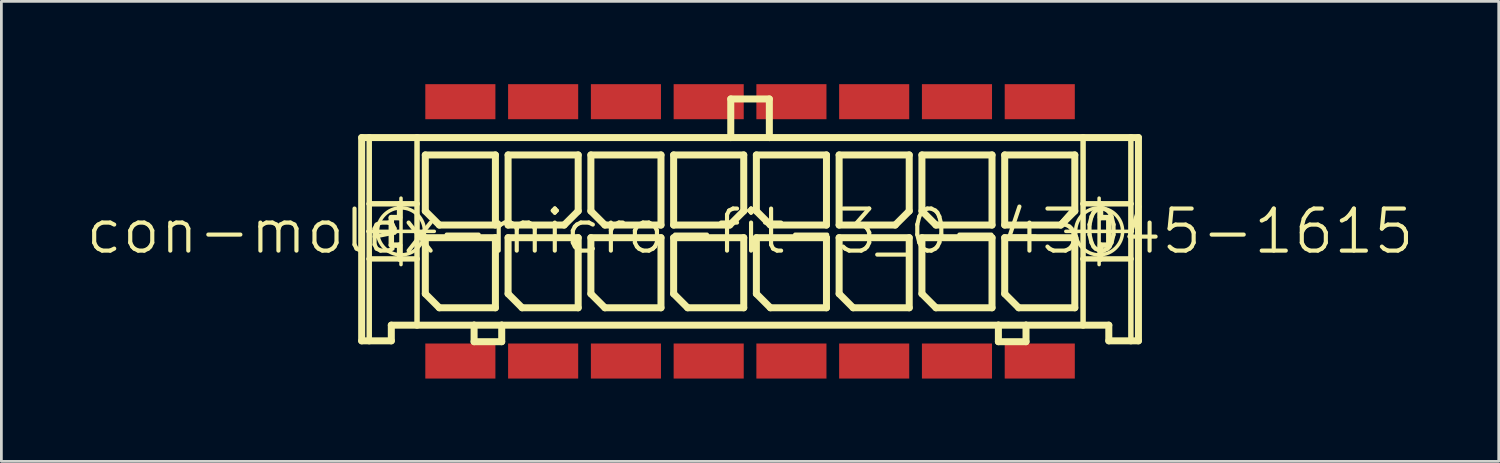
<source format=kicad_pcb>
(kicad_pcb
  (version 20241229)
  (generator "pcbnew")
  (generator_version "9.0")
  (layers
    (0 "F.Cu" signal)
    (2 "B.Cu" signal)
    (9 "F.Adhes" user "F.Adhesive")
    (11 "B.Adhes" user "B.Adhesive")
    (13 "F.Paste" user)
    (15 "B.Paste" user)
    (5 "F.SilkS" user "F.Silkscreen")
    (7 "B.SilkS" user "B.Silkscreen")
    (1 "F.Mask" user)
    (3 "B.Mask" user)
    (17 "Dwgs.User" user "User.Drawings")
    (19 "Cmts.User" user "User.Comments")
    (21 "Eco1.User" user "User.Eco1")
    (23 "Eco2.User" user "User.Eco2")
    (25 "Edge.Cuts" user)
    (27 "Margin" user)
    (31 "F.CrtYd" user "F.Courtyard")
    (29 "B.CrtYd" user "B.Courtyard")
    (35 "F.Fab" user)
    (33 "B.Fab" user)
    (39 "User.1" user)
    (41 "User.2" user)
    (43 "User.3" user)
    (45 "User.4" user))
  (footprint "con-molex-micro-fit-3_0-43045-1615"
    (layer "F.Cu")
    (at 24.13 5.334)
    (property "Reference" "con-molex-micro-fit-3_0-43045-1615" (at 0 0 0) (layer "F.SilkS") (effects (font (size 1.524 1.524) (thickness 0.15))))
    (attr smd)
    (fp_line (start -14.074 -3.399) (end -13.8 -3.399) (stroke (width 0.254) (type solid)) (layer "F.SilkS"))
    (fp_line (start -14.074 3.967) (end -14.074 -3.399) (stroke (width 0.254) (type solid)) (layer "F.SilkS"))
    (fp_line (start -13.853 0) (end -11.443 0) (stroke (width 0.127) (type solid)) (layer "F.SilkS"))
    (fp_line (start -13.8 -3.399) (end -12.068 -3.399) (stroke (width 0.254) (type solid)) (layer "F.SilkS"))
    (fp_line (start -13.8 -0.998) (end -13.8 -3.399) (stroke (width 0.198) (type solid)) (layer "F.SilkS"))
    (fp_line (start -13.8 0.998) (end -13.8 -0.998) (stroke (width 0.198) (type solid)) (layer "F.SilkS"))
    (fp_line (start -13.8 3.967) (end -14.074 3.967) (stroke (width 0.254) (type solid)) (layer "F.SilkS"))
    (fp_line (start -13.8 3.967) (end -13.8 0.998) (stroke (width 0.198) (type solid)) (layer "F.SilkS"))
    (fp_line (start -13 -0.498) (end -13 0.498) (stroke (width 0.198) (type solid)) (layer "F.SilkS"))
    (fp_line (start -13 0.498) (end -12.7 0.498) (stroke (width 0.198) (type solid)) (layer "F.SilkS"))
    (fp_line (start -13 3.399) (end -13 3.967) (stroke (width 0.254) (type solid)) (layer "F.SilkS"))
    (fp_line (start -13 3.967) (end -13.8 3.967) (stroke (width 0.254) (type solid)) (layer "F.SilkS"))
    (fp_line (start -12.7 -0.998) (end -13.8 -0.998) (stroke (width 0.198) (type solid)) (layer "F.SilkS"))
    (fp_line (start -12.7 -0.998) (end -12.7 -0.498) (stroke (width 0.198) (type solid)) (layer "F.SilkS"))
    (fp_line (start -12.7 -0.498) (end -13 -0.498) (stroke (width 0.198) (type solid)) (layer "F.SilkS"))
    (fp_line (start -12.7 0.498) (end -12.7 0.998) (stroke (width 0.198) (type solid)) (layer "F.SilkS"))
    (fp_line (start -12.7 0.998) (end -13.8 0.998) (stroke (width 0.198) (type solid)) (layer "F.SilkS"))
    (fp_line (start -12.649 1.204) (end -12.649 -1.204) (stroke (width 0.127) (type solid)) (layer "F.SilkS"))
    (fp_line (start -12.068 -3.399) (end -0.699 -3.399) (stroke (width 0.254) (type solid)) (layer "F.SilkS"))
    (fp_line (start -12.068 -0.998) (end -12.7 -0.998) (stroke (width 0.198) (type solid)) (layer "F.SilkS"))
    (fp_line (start -12.068 -0.998) (end -12.068 -3.399) (stroke (width 0.198) (type solid)) (layer "F.SilkS"))
    (fp_line (start -12.068 0.998) (end -12.7 0.998) (stroke (width 0.198) (type solid)) (layer "F.SilkS"))
    (fp_line (start -12.068 0.998) (end -12.068 -0.998) (stroke (width 0.198) (type solid)) (layer "F.SilkS"))
    (fp_line (start -12.068 3.399) (end -13 3.399) (stroke (width 0.254) (type solid)) (layer "F.SilkS"))
    (fp_line (start -12.068 3.399) (end -12.068 0.998) (stroke (width 0.198) (type solid)) (layer "F.SilkS"))
    (fp_line (start -11.768 -2.769) (end -9.228 -2.769) (stroke (width 0.254) (type solid)) (layer "F.SilkS"))
    (fp_line (start -11.768 -0.737) (end -11.768 -2.769) (stroke (width 0.254) (type solid)) (layer "F.SilkS"))
    (fp_line (start -11.768 0.229) (end -9.228 0.229) (stroke (width 0.254) (type solid)) (layer "F.SilkS"))
    (fp_line (start -11.768 2.261) (end -11.768 0.229) (stroke (width 0.254) (type solid)) (layer "F.SilkS"))
    (fp_line (start -11.26 -0.229) (end -11.768 -0.737) (stroke (width 0.254) (type solid)) (layer "F.SilkS"))
    (fp_line (start -11.26 2.769) (end -11.768 2.261) (stroke (width 0.254) (type solid)) (layer "F.SilkS"))
    (fp_line (start -10 3.399) (end -12.068 3.399) (stroke (width 0.254) (type solid)) (layer "F.SilkS"))
    (fp_line (start -10 3.399) (end -10 3.998) (stroke (width 0.254) (type solid)) (layer "F.SilkS"))
    (fp_line (start -10 3.998) (end -8.999 3.998) (stroke (width 0.254) (type solid)) (layer "F.SilkS"))
    (fp_line (start -9.228 -2.769) (end -9.228 -0.229) (stroke (width 0.254) (type solid)) (layer "F.SilkS"))
    (fp_line (start -9.228 -0.229) (end -11.26 -0.229) (stroke (width 0.254) (type solid)) (layer "F.SilkS"))
    (fp_line (start -9.228 0.229) (end -9.228 2.769) (stroke (width 0.254) (type solid)) (layer "F.SilkS"))
    (fp_line (start -9.228 2.769) (end -11.26 2.769) (stroke (width 0.254) (type solid)) (layer "F.SilkS"))
    (fp_line (start -8.999 3.399) (end -10 3.399) (stroke (width 0.254) (type solid)) (layer "F.SilkS"))
    (fp_line (start -8.999 3.998) (end -8.999 3.399) (stroke (width 0.254) (type solid)) (layer "F.SilkS"))
    (fp_line (start -8.768 -2.769) (end -8.768 -0.229) (stroke (width 0.254) (type solid)) (layer "F.SilkS"))
    (fp_line (start -8.768 -0.229) (end -6.736 -0.229) (stroke (width 0.254) (type solid)) (layer "F.SilkS"))
    (fp_line (start -8.768 0.229) (end -6.228 0.229) (stroke (width 0.254) (type solid)) (layer "F.SilkS"))
    (fp_line (start -8.768 2.261) (end -8.768 0.229) (stroke (width 0.254) (type solid)) (layer "F.SilkS"))
    (fp_line (start -8.26 2.769) (end -8.768 2.261) (stroke (width 0.254) (type solid)) (layer "F.SilkS"))
    (fp_line (start -6.736 -0.229) (end -6.228 -0.737) (stroke (width 0.254) (type solid)) (layer "F.SilkS"))
    (fp_line (start -6.228 -2.769) (end -8.768 -2.769) (stroke (width 0.254) (type solid)) (layer "F.SilkS"))
    (fp_line (start -6.228 -0.737) (end -6.228 -2.769) (stroke (width 0.254) (type solid)) (layer "F.SilkS"))
    (fp_line (start -6.228 0.229) (end -6.228 2.769) (stroke (width 0.254) (type solid)) (layer "F.SilkS"))
    (fp_line (start -6.228 2.769) (end -8.26 2.769) (stroke (width 0.254) (type solid)) (layer "F.SilkS"))
    (fp_line (start -5.768 -2.769) (end -3.228 -2.769) (stroke (width 0.254) (type solid)) (layer "F.SilkS"))
    (fp_line (start -5.768 -0.737) (end -5.768 -2.769) (stroke (width 0.254) (type solid)) (layer "F.SilkS"))
    (fp_line (start -5.768 0.229) (end -3.228 0.229) (stroke (width 0.254) (type solid)) (layer "F.SilkS"))
    (fp_line (start -5.768 2.261) (end -5.768 0.229) (stroke (width 0.254) (type solid)) (layer "F.SilkS"))
    (fp_line (start -5.26 -0.229) (end -5.768 -0.737) (stroke (width 0.254) (type solid)) (layer "F.SilkS"))
    (fp_line (start -5.26 2.769) (end -5.768 2.261) (stroke (width 0.254) (type solid)) (layer "F.SilkS"))
    (fp_line (start -3.228 -2.769) (end -3.228 -0.229) (stroke (width 0.254) (type solid)) (layer "F.SilkS"))
    (fp_line (start -3.228 -0.229) (end -5.26 -0.229) (stroke (width 0.254) (type solid)) (layer "F.SilkS"))
    (fp_line (start -3.228 0.229) (end -3.228 2.769) (stroke (width 0.254) (type solid)) (layer "F.SilkS"))
    (fp_line (start -3.228 2.769) (end -5.26 2.769) (stroke (width 0.254) (type solid)) (layer "F.SilkS"))
    (fp_line (start -2.769 -2.769) (end -2.769 -0.229) (stroke (width 0.254) (type solid)) (layer "F.SilkS"))
    (fp_line (start -2.769 -0.229) (end -0.737 -0.229) (stroke (width 0.254) (type solid)) (layer "F.SilkS"))
    (fp_line (start -2.769 0.229) (end -0.229 0.229) (stroke (width 0.254) (type solid)) (layer "F.SilkS"))
    (fp_line (start -2.769 2.261) (end -2.769 0.229) (stroke (width 0.254) (type solid)) (layer "F.SilkS"))
    (fp_line (start -2.261 2.769) (end -2.769 2.261) (stroke (width 0.254) (type solid)) (layer "F.SilkS"))
    (fp_line (start -0.737 -0.229) (end -0.229 -0.737) (stroke (width 0.254) (type solid)) (layer "F.SilkS"))
    (fp_line (start -0.699 -4.798) (end -0.699 -3.399) (stroke (width 0.254) (type solid)) (layer "F.SilkS"))
    (fp_line (start -0.699 -4.798) (end 0.699 -4.798) (stroke (width 0.254) (type solid)) (layer "F.SilkS"))
    (fp_line (start -0.699 -3.399) (end 0.699 -3.399) (stroke (width 0.254) (type solid)) (layer "F.SilkS"))
    (fp_line (start -0.229 -2.769) (end -2.769 -2.769) (stroke (width 0.254) (type solid)) (layer "F.SilkS"))
    (fp_line (start -0.229 -0.737) (end -0.229 -2.769) (stroke (width 0.254) (type solid)) (layer "F.SilkS"))
    (fp_line (start -0.229 0.229) (end -0.229 2.769) (stroke (width 0.254) (type solid)) (layer "F.SilkS"))
    (fp_line (start -0.229 2.769) (end -2.261 2.769) (stroke (width 0.254) (type solid)) (layer "F.SilkS"))
    (fp_line (start 0.229 -2.769) (end 2.769 -2.769) (stroke (width 0.254) (type solid)) (layer "F.SilkS"))
    (fp_line (start 0.229 -0.737) (end 0.229 -2.769) (stroke (width 0.254) (type solid)) (layer "F.SilkS"))
    (fp_line (start 0.229 0.229) (end 2.769 0.229) (stroke (width 0.254) (type solid)) (layer "F.SilkS"))
    (fp_line (start 0.229 2.261) (end 0.229 0.229) (stroke (width 0.254) (type solid)) (layer "F.SilkS"))
    (fp_line (start 0.699 -4.798) (end 0.699 -3.399) (stroke (width 0.254) (type solid)) (layer "F.SilkS"))
    (fp_line (start 0.699 -3.399) (end 12.068 -3.399) (stroke (width 0.254) (type solid)) (layer "F.SilkS"))
    (fp_line (start 0.737 -0.229) (end 0.229 -0.737) (stroke (width 0.254) (type solid)) (layer "F.SilkS"))
    (fp_line (start 0.737 2.769) (end 0.229 2.261) (stroke (width 0.254) (type solid)) (layer "F.SilkS"))
    (fp_line (start 2.769 -2.769) (end 2.769 -0.229) (stroke (width 0.254) (type solid)) (layer "F.SilkS"))
    (fp_line (start 2.769 -0.229) (end 0.737 -0.229) (stroke (width 0.254) (type solid)) (layer "F.SilkS"))
    (fp_line (start 2.769 0.229) (end 2.769 2.769) (stroke (width 0.254) (type solid)) (layer "F.SilkS"))
    (fp_line (start 2.769 2.769) (end 0.737 2.769) (stroke (width 0.254) (type solid)) (layer "F.SilkS"))
    (fp_line (start 3.228 -2.769) (end 3.228 -0.229) (stroke (width 0.254) (type solid)) (layer "F.SilkS"))
    (fp_line (start 3.228 -0.229) (end 5.26 -0.229) (stroke (width 0.254) (type solid)) (layer "F.SilkS"))
    (fp_line (start 3.228 0.229) (end 5.768 0.229) (stroke (width 0.254) (type solid)) (layer "F.SilkS"))
    (fp_line (start 3.228 2.261) (end 3.228 0.229) (stroke (width 0.254) (type solid)) (layer "F.SilkS"))
    (fp_line (start 3.736 2.769) (end 3.228 2.261) (stroke (width 0.254) (type solid)) (layer "F.SilkS"))
    (fp_line (start 5.26 -0.229) (end 5.768 -0.737) (stroke (width 0.254) (type solid)) (layer "F.SilkS"))
    (fp_line (start 5.768 -2.769) (end 3.228 -2.769) (stroke (width 0.254) (type solid)) (layer "F.SilkS"))
    (fp_line (start 5.768 -0.737) (end 5.768 -2.769) (stroke (width 0.254) (type solid)) (layer "F.SilkS"))
    (fp_line (start 5.768 0.229) (end 5.768 2.769) (stroke (width 0.254) (type solid)) (layer "F.SilkS"))
    (fp_line (start 5.768 2.769) (end 3.736 2.769) (stroke (width 0.254) (type solid)) (layer "F.SilkS"))
    (fp_line (start 6.228 -2.769) (end 8.768 -2.769) (stroke (width 0.254) (type solid)) (layer "F.SilkS"))
    (fp_line (start 6.228 -0.737) (end 6.228 -2.769) (stroke (width 0.254) (type solid)) (layer "F.SilkS"))
    (fp_line (start 6.228 0.229) (end 8.768 0.229) (stroke (width 0.254) (type solid)) (layer "F.SilkS"))
    (fp_line (start 6.228 2.261) (end 6.228 0.229) (stroke (width 0.254) (type solid)) (layer "F.SilkS"))
    (fp_line (start 6.736 -0.229) (end 6.228 -0.737) (stroke (width 0.254) (type solid)) (layer "F.SilkS"))
    (fp_line (start 6.736 2.769) (end 6.228 2.261) (stroke (width 0.254) (type solid)) (layer "F.SilkS"))
    (fp_line (start 8.768 -2.769) (end 8.768 -0.229) (stroke (width 0.254) (type solid)) (layer "F.SilkS"))
    (fp_line (start 8.768 -0.229) (end 6.736 -0.229) (stroke (width 0.254) (type solid)) (layer "F.SilkS"))
    (fp_line (start 8.768 0.229) (end 8.768 2.769) (stroke (width 0.254) (type solid)) (layer "F.SilkS"))
    (fp_line (start 8.768 2.769) (end 6.736 2.769) (stroke (width 0.254) (type solid)) (layer "F.SilkS"))
    (fp_line (start 8.999 3.399) (end -8.999 3.399) (stroke (width 0.254) (type solid)) (layer "F.SilkS"))
    (fp_line (start 8.999 3.399) (end 8.999 3.998) (stroke (width 0.254) (type solid)) (layer "F.SilkS"))
    (fp_line (start 8.999 3.998) (end 10 3.998) (stroke (width 0.254) (type solid)) (layer "F.SilkS"))
    (fp_line (start 9.228 -2.769) (end 9.228 -0.229) (stroke (width 0.254) (type solid)) (layer "F.SilkS"))
    (fp_line (start 9.228 -0.229) (end 11.26 -0.229) (stroke (width 0.254) (type solid)) (layer "F.SilkS"))
    (fp_line (start 9.228 0.229) (end 11.768 0.229) (stroke (width 0.254) (type solid)) (layer "F.SilkS"))
    (fp_line (start 9.228 2.261) (end 9.228 0.229) (stroke (width 0.254) (type solid)) (layer "F.SilkS"))
    (fp_line (start 9.736 2.769) (end 9.228 2.261) (stroke (width 0.254) (type solid)) (layer "F.SilkS"))
    (fp_line (start 10 3.399) (end 8.999 3.399) (stroke (width 0.254) (type solid)) (layer "F.SilkS"))
    (fp_line (start 10 3.998) (end 10 3.399) (stroke (width 0.254) (type solid)) (layer "F.SilkS"))
    (fp_line (start 11.26 -0.229) (end 11.768 -0.737) (stroke (width 0.254) (type solid)) (layer "F.SilkS"))
    (fp_line (start 11.443 0) (end 13.853 0) (stroke (width 0.127) (type solid)) (layer "F.SilkS"))
    (fp_line (start 11.768 -2.769) (end 9.228 -2.769) (stroke (width 0.254) (type solid)) (layer "F.SilkS"))
    (fp_line (start 11.768 -0.737) (end 11.768 -2.769) (stroke (width 0.254) (type solid)) (layer "F.SilkS"))
    (fp_line (start 11.768 0.229) (end 11.768 2.769) (stroke (width 0.254) (type solid)) (layer "F.SilkS"))
    (fp_line (start 11.768 2.769) (end 9.736 2.769) (stroke (width 0.254) (type solid)) (layer "F.SilkS"))
    (fp_line (start 12.068 -3.399) (end 12.068 -0.998) (stroke (width 0.198) (type solid)) (layer "F.SilkS"))
    (fp_line (start 12.068 -3.399) (end 13.8 -3.399) (stroke (width 0.254) (type solid)) (layer "F.SilkS"))
    (fp_line (start 12.068 -0.998) (end 12.068 0.998) (stroke (width 0.198) (type solid)) (layer "F.SilkS"))
    (fp_line (start 12.068 -0.998) (end 12.7 -0.998) (stroke (width 0.198) (type solid)) (layer "F.SilkS"))
    (fp_line (start 12.068 0.998) (end 12.068 3.399) (stroke (width 0.198) (type solid)) (layer "F.SilkS"))
    (fp_line (start 12.068 0.998) (end 12.7 0.998) (stroke (width 0.198) (type solid)) (layer "F.SilkS"))
    (fp_line (start 12.068 3.399) (end 10 3.399) (stroke (width 0.254) (type solid)) (layer "F.SilkS"))
    (fp_line (start 12.649 1.204) (end 12.649 -1.204) (stroke (width 0.127) (type solid)) (layer "F.SilkS"))
    (fp_line (start 12.7 -0.998) (end 12.7 -0.498) (stroke (width 0.198) (type solid)) (layer "F.SilkS"))
    (fp_line (start 12.7 -0.998) (end 13.8 -0.998) (stroke (width 0.198) (type solid)) (layer "F.SilkS"))
    (fp_line (start 12.7 -0.498) (end 13 -0.498) (stroke (width 0.198) (type solid)) (layer "F.SilkS"))
    (fp_line (start 12.7 0.498) (end 12.7 0.998) (stroke (width 0.198) (type solid)) (layer "F.SilkS"))
    (fp_line (start 12.7 0.998) (end 13.8 0.998) (stroke (width 0.198) (type solid)) (layer "F.SilkS"))
    (fp_line (start 13 -0.498) (end 13 0.498) (stroke (width 0.198) (type solid)) (layer "F.SilkS"))
    (fp_line (start 13 0.498) (end 12.7 0.498) (stroke (width 0.198) (type solid)) (layer "F.SilkS"))
    (fp_line (start 13 3.399) (end 12.068 3.399) (stroke (width 0.254) (type solid)) (layer "F.SilkS"))
    (fp_line (start 13 3.967) (end 13 3.399) (stroke (width 0.254) (type solid)) (layer "F.SilkS"))
    (fp_line (start 13 3.967) (end 13.8 3.967) (stroke (width 0.254) (type solid)) (layer "F.SilkS"))
    (fp_line (start 13.8 -3.399) (end 14.074 -3.399) (stroke (width 0.254) (type solid)) (layer "F.SilkS"))
    (fp_line (start 13.8 -0.998) (end 13.8 -3.399) (stroke (width 0.198) (type solid)) (layer "F.SilkS"))
    (fp_line (start 13.8 0.998) (end 13.8 -0.998) (stroke (width 0.198) (type solid)) (layer "F.SilkS"))
    (fp_line (start 13.8 3.967) (end 13.8 0.998) (stroke (width 0.198) (type solid)) (layer "F.SilkS"))
    (fp_line (start 13.8 3.967) (end 14.074 3.967) (stroke (width 0.254) (type solid)) (layer "F.SilkS"))
    (fp_line (start 14.074 -3.399) (end 14.074 3.967) (stroke (width 0.254) (type solid)) (layer "F.SilkS"))
    (fp_circle (center -12.649 0) (end -13.251 0.602) (stroke (width 0.127) (type solid)) (fill no) (layer "F.SilkS"))
    (fp_circle (center 12.649 0) (end 13.251 0.602) (stroke (width 0.127) (type solid)) (fill no) (layer "F.SilkS"))
    (pad "P$1" smd rect (at 10.498 4.699) (size 2.54 1.27) (layers "F.Cu" "F.Mask" "F.Paste"))
    (pad "P$2" smd rect (at 7.498 4.699) (size 2.54 1.27) (layers "F.Cu" "F.Mask" "F.Paste"))
    (pad "P$3" smd rect (at 4.498 4.699) (size 2.54 1.27) (layers "F.Cu" "F.Mask" "F.Paste"))
    (pad "P$4" smd rect (at 1.499 4.699) (size 2.54 1.27) (layers "F.Cu" "F.Mask" "F.Paste"))
    (pad "P$5" smd rect (at -1.499 4.699) (size 2.54 1.27) (layers "F.Cu" "F.Mask" "F.Paste"))
    (pad "P$6" smd rect (at -4.498 4.699) (size 2.54 1.27) (layers "F.Cu" "F.Mask" "F.Paste"))
    (pad "P$7" smd rect (at -7.498 4.699) (size 2.54 1.27) (layers "F.Cu" "F.Mask" "F.Paste"))
    (pad "P$8" smd rect (at -10.498 4.699) (size 2.54 1.27) (layers "F.Cu" "F.Mask" "F.Paste"))
    (pad "P$9" smd rect (at 10.498 -4.699) (size 2.54 1.27) (layers "F.Cu" "F.Mask" "F.Paste"))
    (pad "P$10" smd rect (at 7.498 -4.699) (size 2.54 1.27) (layers "F.Cu" "F.Mask" "F.Paste"))
    (pad "P$11" smd rect (at 4.498 -4.699) (size 2.54 1.27) (layers "F.Cu" "F.Mask" "F.Paste"))
    (pad "P$12" smd rect (at 1.499 -4.699) (size 2.54 1.27) (layers "F.Cu" "F.Mask" "F.Paste"))
    (pad "P$13" smd rect (at -1.499 -4.699) (size 2.54 1.27) (layers "F.Cu" "F.Mask" "F.Paste"))
    (pad "P$14" smd rect (at -4.498 -4.699) (size 2.54 1.27) (layers "F.Cu" "F.Mask" "F.Paste"))
    (pad "P$15" smd rect (at -7.498 -4.699) (size 2.54 1.27) (layers "F.Cu" "F.Mask" "F.Paste"))
    (pad "P$16" smd rect (at -10.498 -4.699) (size 2.54 1.27) (layers "F.Cu" "F.Mask" "F.Paste")))
  (gr_rect
    (start -3 -3)
    (end 51.26 13.668)
    (stroke (width 0.1) (type default))
    (fill no)
    (layer "Edge.Cuts")))
</source>
